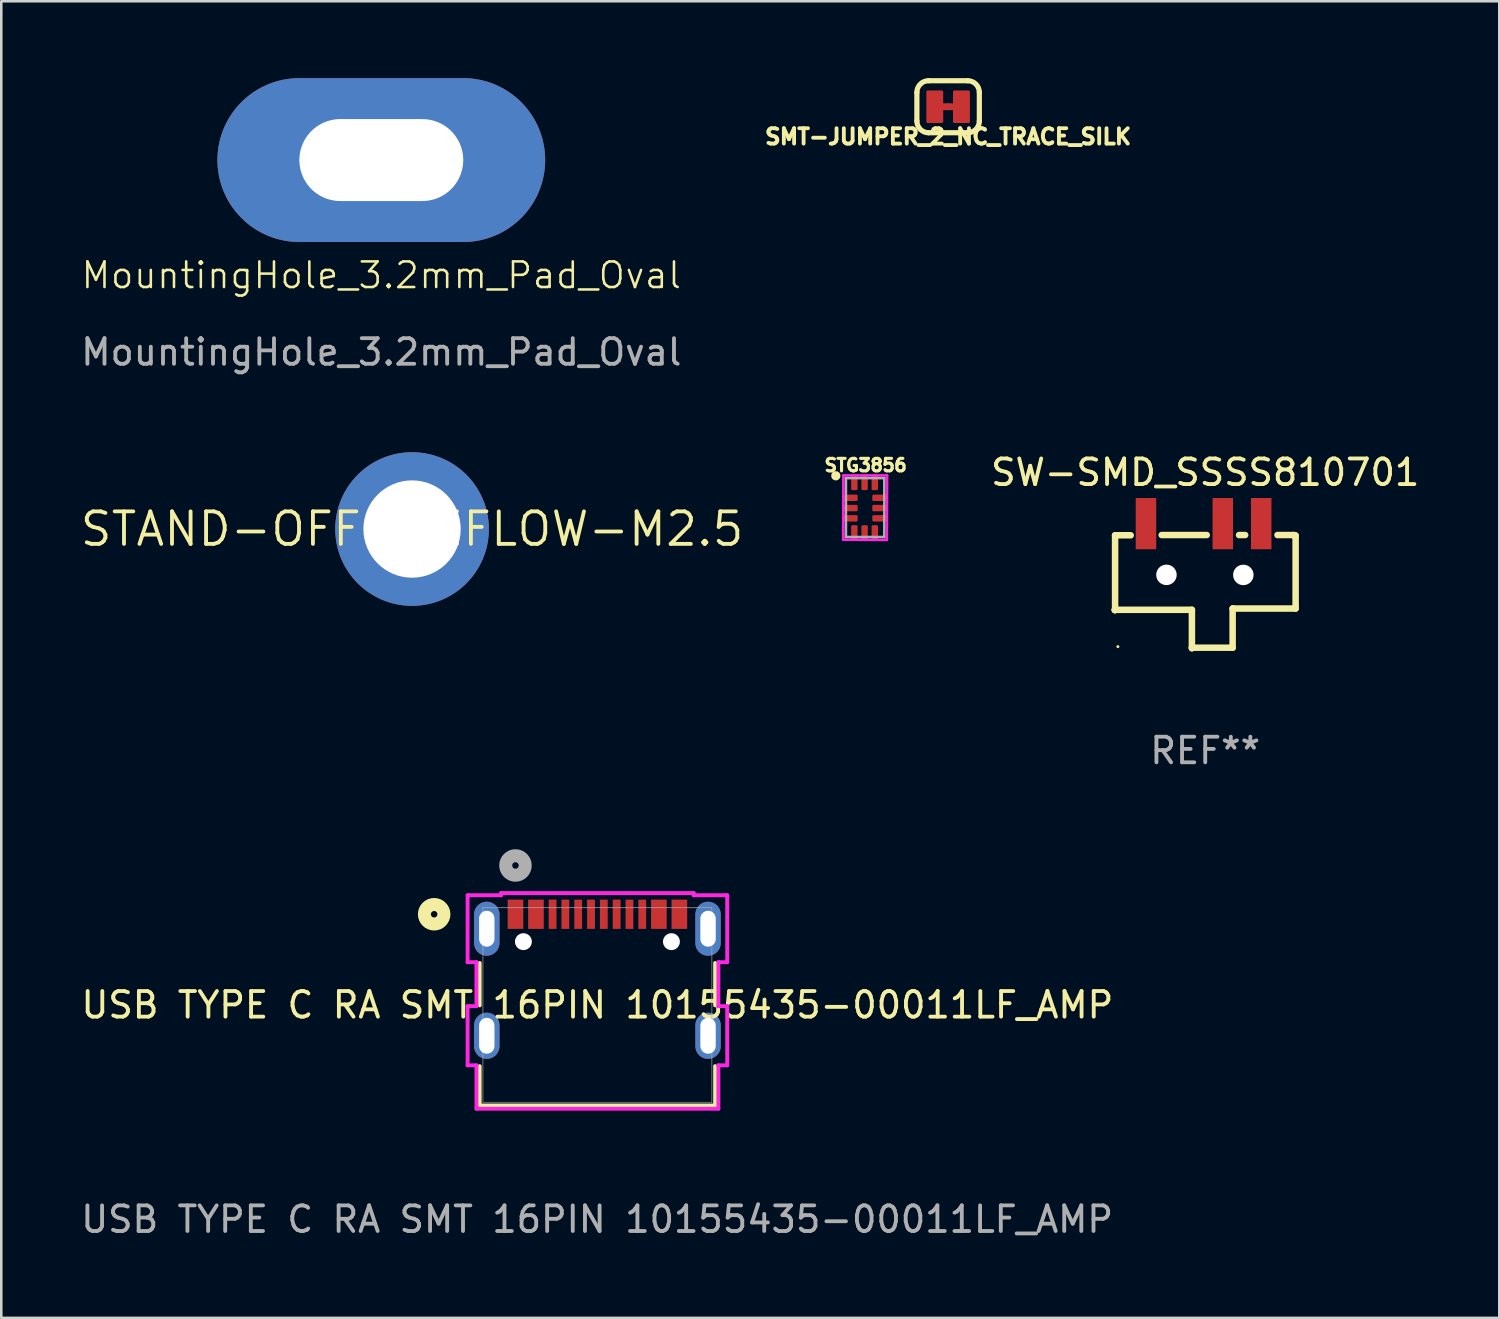
<source format=kicad_pcb>
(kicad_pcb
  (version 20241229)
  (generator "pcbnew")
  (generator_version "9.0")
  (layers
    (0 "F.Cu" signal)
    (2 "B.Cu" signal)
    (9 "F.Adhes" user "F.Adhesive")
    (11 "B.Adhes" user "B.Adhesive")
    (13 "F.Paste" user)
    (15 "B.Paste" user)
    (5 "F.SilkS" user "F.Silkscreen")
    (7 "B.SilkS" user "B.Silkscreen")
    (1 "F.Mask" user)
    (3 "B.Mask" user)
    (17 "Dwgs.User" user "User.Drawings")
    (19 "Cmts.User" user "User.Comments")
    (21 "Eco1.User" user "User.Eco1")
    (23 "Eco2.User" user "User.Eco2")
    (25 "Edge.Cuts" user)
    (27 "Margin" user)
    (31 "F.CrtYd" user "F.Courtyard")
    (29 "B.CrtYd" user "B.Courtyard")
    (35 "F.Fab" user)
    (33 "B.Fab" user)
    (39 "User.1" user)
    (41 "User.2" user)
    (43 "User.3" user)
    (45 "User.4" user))
  (footprint "STG3856"
    (layer "F.Cu")
    (at 30.731 16.799)
    (property "Reference" "STG3856" (at -1.651 -1.397 0) (layer "F.SilkS") (effects (font (size 0.488 0.488) (thickness 0.122)) (justify left bottom)))
    (fp_poly (pts (xy -0.77 -0.27) (xy -0.29 -0.27) (xy -0.29 -0.55) (xy -0.77 -0.55)) (stroke (width 0) (type default)) (fill yes) (layer "F.Mask"))
    (fp_poly (pts (xy -0.77 0.13) (xy -0.29 0.13) (xy -0.29 -0.15) (xy -0.77 -0.15)) (stroke (width 0) (type default)) (fill yes) (layer "F.Mask"))
    (fp_poly (pts (xy -0.77 0.53) (xy -0.29 0.53) (xy -0.29 0.25) (xy -0.77 0.25)) (stroke (width 0) (type default)) (fill yes) (layer "F.Mask"))
    (fp_poly (pts (xy -0.56 -1.19) (xy -0.56 -0.71) (xy -0.28 -0.71) (xy -0.28 -1.19)) (stroke (width 0) (type default)) (fill yes) (layer "F.Mask"))
    (fp_poly (pts (xy -0.28 1.14) (xy -0.28 0.66) (xy -0.56 0.66) (xy -0.56 1.14)) (stroke (width 0) (type default)) (fill yes) (layer "F.Mask"))
    (fp_poly (pts (xy -0.16 -1.19) (xy -0.16 -0.71) (xy 0.12 -0.71) (xy 0.12 -1.19)) (stroke (width 0) (type default)) (fill yes) (layer "F.Mask"))
    (fp_poly (pts (xy 0.12 1.14) (xy 0.12 0.66) (xy -0.16 0.66) (xy -0.16 1.14)) (stroke (width 0) (type default)) (fill yes) (layer "F.Mask"))
    (fp_poly (pts (xy 0.24 -1.19) (xy 0.24 -0.71) (xy 0.52 -0.71) (xy 0.52 -1.19)) (stroke (width 0) (type default)) (fill yes) (layer "F.Mask"))
    (fp_poly (pts (xy 0.52 1.14) (xy 0.52 0.66) (xy 0.24 0.66) (xy 0.24 1.14)) (stroke (width 0) (type default)) (fill yes) (layer "F.Mask"))
    (fp_poly (pts (xy 0.76 -0.55) (xy 0.28 -0.55) (xy 0.28 -0.27) (xy 0.76 -0.27)) (stroke (width 0) (type default)) (fill yes) (layer "F.Mask"))
    (fp_poly (pts (xy 0.76 -0.15) (xy 0.28 -0.15) (xy 0.28 0.13) (xy 0.76 0.13)) (stroke (width 0) (type default)) (fill yes) (layer "F.Mask"))
    (fp_poly (pts (xy 0.76 0.25) (xy 0.28 0.25) (xy 0.28 0.53) (xy 0.76 0.53)) (stroke (width 0) (type default)) (fill yes) (layer "F.Mask"))
    (fp_circle (center -1.143 -1.27) (end -1.053 -1.27) (stroke (width 0.18) (type solid)) (fill yes) (layer "F.SilkS"))
    (fp_poly (pts (xy -0.73 -0.31) (xy -0.33 -0.31) (xy -0.33 -0.51) (xy -0.73 -0.51)) (stroke (width 0) (type default)) (fill yes) (layer "F.Paste"))
    (fp_poly (pts (xy -0.73 0.09) (xy -0.33 0.09) (xy -0.33 -0.11) (xy -0.73 -0.11)) (stroke (width 0) (type default)) (fill yes) (layer "F.Paste"))
    (fp_poly (pts (xy -0.73 0.49) (xy -0.33 0.49) (xy -0.33 0.29) (xy -0.73 0.29)) (stroke (width 0) (type default)) (fill yes) (layer "F.Paste"))
    (fp_poly (pts (xy -0.32 -0.75) (xy -0.32 -1.15) (xy -0.52 -1.15) (xy -0.52 -0.75)) (stroke (width 0) (type default)) (fill yes) (layer "F.Paste"))
    (fp_poly (pts (xy -0.32 1.1) (xy -0.32 0.7) (xy -0.52 0.7) (xy -0.52 1.1)) (stroke (width 0) (type default)) (fill yes) (layer "F.Paste"))
    (fp_poly (pts (xy 0.08 -0.75) (xy 0.08 -1.15) (xy -0.12 -1.15) (xy -0.12 -0.75)) (stroke (width 0) (type default)) (fill yes) (layer "F.Paste"))
    (fp_poly (pts (xy 0.08 1.1) (xy 0.08 0.7) (xy -0.12 0.7) (xy -0.12 1.1)) (stroke (width 0) (type default)) (fill yes) (layer "F.Paste"))
    (fp_poly (pts (xy 0.31 -0.31) (xy 0.71 -0.31) (xy 0.71 -0.51) (xy 0.31 -0.51)) (stroke (width 0) (type default)) (fill yes) (layer "F.Paste"))
    (fp_poly (pts (xy 0.31 0.09) (xy 0.71 0.09) (xy 0.71 -0.11) (xy 0.31 -0.11)) (stroke (width 0) (type default)) (fill yes) (layer "F.Paste"))
    (fp_poly (pts (xy 0.31 0.49) (xy 0.71 0.49) (xy 0.71 0.29) (xy 0.31 0.29)) (stroke (width 0) (type default)) (fill yes) (layer "F.Paste"))
    (fp_poly (pts (xy 0.48 -0.75) (xy 0.48 -1.15) (xy 0.28 -1.15) (xy 0.28 -0.75)) (stroke (width 0) (type default)) (fill yes) (layer "F.Paste"))
    (fp_poly (pts (xy 0.48 1.09) (xy 0.48 0.69) (xy 0.28 0.69) (xy 0.28 1.09)) (stroke (width 0) (type default)) (fill yes) (layer "F.Paste"))
    (fp_line (start -0.858 1.224) (end 0.848 1.234) (stroke (width 0.102) (type solid)) (layer "F.CrtYd"))
    (fp_line (start -0.848 -1.285) (end -0.858 1.224) (stroke (width 0.102) (type solid)) (layer "F.CrtYd"))
    (fp_line (start 0.848 1.234) (end 0.858 -1.285) (stroke (width 0.102) (type solid)) (layer "F.CrtYd"))
    (fp_line (start 0.858 -1.285) (end -0.848 -1.285) (stroke (width 0.102) (type solid)) (layer "F.CrtYd"))
    (fp_line (start -0.75 -1.18) (end 0.75 -1.18) (stroke (width 0.1) (type solid)) (layer "F.Fab"))
    (fp_line (start -0.75 1.12) (end -0.75 -1.18) (stroke (width 0.102) (type solid)) (layer "F.Fab"))
    (fp_line (start 0.75 -1.18) (end 0.75 1.12) (stroke (width 0.1) (type solid)) (layer "F.Fab"))
    (fp_line (start 0.75 1.12) (end -0.75 1.12) (stroke (width 0.1) (type solid)) (layer "F.Fab"))
    (pad "P1" smd roundrect (at -0.59 -0.41) (size 0.6 0.25) (layers "F.Cu") (roundrect_rratio 0.203))
    (pad "P2" smd roundrect (at -0.59 -0.01) (size 0.6 0.25) (layers "F.Cu") (roundrect_rratio 0.203))
    (pad "P3" smd roundrect (at -0.59 0.39) (size 0.6 0.25) (layers "F.Cu") (roundrect_rratio 0.203))
    (pad "P4" smd roundrect (at -0.42 0.96) (size 0.25 0.6) (layers "F.Cu") (roundrect_rratio 0.203))
    (pad "P5" smd roundrect (at -0.02 0.96) (size 0.25 0.6) (layers "F.Cu") (roundrect_rratio 0.203))
    (pad "P6" smd roundrect (at 0.38 0.96) (size 0.25 0.6) (layers "F.Cu") (roundrect_rratio 0.203))
    (pad "P7" smd roundrect (at 0.58 0.39) (size 0.6 0.25) (layers "F.Cu") (roundrect_rratio 0.203))
    (pad "P8" smd roundrect (at 0.58 -0.01) (size 0.6 0.25) (layers "F.Cu") (roundrect_rratio 0.203))
    (pad "P9" smd roundrect (at 0.58 -0.41) (size 0.6 0.25) (layers "F.Cu") (roundrect_rratio 0.203))
    (pad "P10" smd roundrect (at 0.38 -1.01) (size 0.25 0.6) (layers "F.Cu") (roundrect_rratio 0.203))
    (pad "P11" smd roundrect (at -0.02 -1.01) (size 0.25 0.6) (layers "F.Cu") (roundrect_rratio 0.203))
    (pad "P12" smd roundrect (at -0.42 -1.01) (size 0.25 0.6) (layers "F.Cu") (roundrect_rratio 0.203)))
  (footprint "MountingHole_3.2mm_Pad_Oval"
    (layer "F.Cu")
    (at 11.839 8.2)
    (property "Reference" "MountingHole_3.2mm_Pad_Oval" (at 0 -0.5 0) (unlocked yes) (layer "F.SilkS") (effects (font (size 1 1) (thickness 0.1))))
    (attr exclude_from_pos_files exclude_from_bom)
    (fp_text user "${REFERENCE}" (at 0 2.5 0) (unlocked yes) (layer "F.Fab") (effects (font (size 1 1) (thickness 0.15))))
    (pad "1" thru_hole oval (at 0 -5) (size 12.8 6.4) (drill oval 6.4 3.2) (layers "*.Cu" "*.Mask")))
  (footprint "USB TYPE C RA SMT 16PIN 10155435-00011LF_AMP"
    (layer "F.Cu")
    (at 20.278 36.193)
    (property "Reference" "USB TYPE C RA SMT 16PIN 10155435-00011LF_AMP" (at 0 0 0) (unlocked yes) (layer "F.SilkS") (effects (font (size 1 1) (thickness 0.15))))
    (attr smd)
    (fp_line (start -4.597 0.015) (end -4.597 -1.639) (stroke (width 0.152) (type solid)) (layer "F.SilkS"))
    (fp_line (start -4.597 3.924) (end -4.597 2.388) (stroke (width 0.152) (type solid)) (layer "F.SilkS"))
    (fp_line (start 4.597 -1.639) (end 4.597 0.015) (stroke (width 0.152) (type solid)) (layer "F.SilkS"))
    (fp_line (start 4.597 2.388) (end 4.597 3.924) (stroke (width 0.152) (type solid)) (layer "F.SilkS"))
    (fp_line (start 4.597 3.924) (end -4.597 3.924) (stroke (width 0.152) (type solid)) (layer "F.SilkS"))
    (fp_circle (center -6.375 -3.543) (end -5.994 -3.543) (stroke (width 0.508) (type solid)) (fill no) (layer "F.SilkS"))
    (fp_line (start -5.069 -4.286) (end -5.069 -1.67) (stroke (width 0.152) (type solid)) (layer "F.CrtYd"))
    (fp_line (start -5.069 -1.67) (end -4.724 -1.67) (stroke (width 0.152) (type solid)) (layer "F.CrtYd"))
    (fp_line (start -5.069 0.046) (end -5.069 2.357) (stroke (width 0.152) (type solid)) (layer "F.CrtYd"))
    (fp_line (start -5.069 2.357) (end -4.724 2.357) (stroke (width 0.152) (type solid)) (layer "F.CrtYd"))
    (fp_line (start -4.724 -1.67) (end -4.724 0.046) (stroke (width 0.152) (type solid)) (layer "F.CrtYd"))
    (fp_line (start -4.724 0.046) (end -5.069 0.046) (stroke (width 0.152) (type solid)) (layer "F.CrtYd"))
    (fp_line (start -4.724 2.357) (end -4.724 4.051) (stroke (width 0.152) (type solid)) (layer "F.CrtYd"))
    (fp_line (start -4.724 4.051) (end 4.724 4.051) (stroke (width 0.152) (type solid)) (layer "F.CrtYd"))
    (fp_line (start -3.759 -4.369) (end -3.759 -4.286) (stroke (width 0.152) (type solid)) (layer "F.CrtYd"))
    (fp_line (start -3.759 -4.286) (end -5.069 -4.286) (stroke (width 0.152) (type solid)) (layer "F.CrtYd"))
    (fp_line (start 3.759 -4.369) (end -3.759 -4.369) (stroke (width 0.152) (type solid)) (layer "F.CrtYd"))
    (fp_line (start 3.759 -4.286) (end 3.759 -4.369) (stroke (width 0.152) (type solid)) (layer "F.CrtYd"))
    (fp_line (start 4.724 -1.67) (end 5.069 -1.67) (stroke (width 0.152) (type solid)) (layer "F.CrtYd"))
    (fp_line (start 4.724 0.046) (end 4.724 -1.67) (stroke (width 0.152) (type solid)) (layer "F.CrtYd"))
    (fp_line (start 4.724 2.357) (end 5.069 2.357) (stroke (width 0.152) (type solid)) (layer "F.CrtYd"))
    (fp_line (start 4.724 4.051) (end 4.724 2.357) (stroke (width 0.152) (type solid)) (layer "F.CrtYd"))
    (fp_line (start 5.069 -4.286) (end 3.759 -4.286) (stroke (width 0.152) (type solid)) (layer "F.CrtYd"))
    (fp_line (start 5.069 -1.67) (end 5.069 -4.286) (stroke (width 0.152) (type solid)) (layer "F.CrtYd"))
    (fp_line (start 5.069 0.046) (end 4.724 0.046) (stroke (width 0.152) (type solid)) (layer "F.CrtYd"))
    (fp_line (start 5.069 2.357) (end 5.069 0.046) (stroke (width 0.152) (type solid)) (layer "F.CrtYd"))
    (fp_line (start -4.47 -3.797) (end -4.47 3.797) (stroke (width 0.025) (type solid)) (layer "F.Fab"))
    (fp_line (start -4.47 3.797) (end 4.47 3.797) (stroke (width 0.025) (type solid)) (layer "F.Fab"))
    (fp_line (start 4.47 -3.797) (end -4.47 -3.797) (stroke (width 0.025) (type solid)) (layer "F.Fab"))
    (fp_line (start 4.47 3.797) (end 4.47 -3.797) (stroke (width 0.025) (type solid)) (layer "F.Fab"))
    (fp_circle (center -3.2 -5.448) (end -2.819 -5.448) (stroke (width 0.508) (type solid)) (fill no) (layer "F.Fab"))
    (fp_text user "${REFERENCE}" (at -0.01 8.37 0) (unlocked yes) (layer "F.Fab") (effects (font (size 1 1) (thickness 0.15))))
    (pad "" np_thru_hole circle (at -2.89 -2.473) (size 0.66 0.66) (drill 0.66) (layers "*.Cu" "*.Mask"))
    (pad "" np_thru_hole circle (at 2.89 -2.473) (size 0.66 0.66) (drill 0.66) (layers "*.Cu" "*.Mask"))
    (pad "A5" smd rect (at -1.251 -3.543) (size 0.305 1.143) (layers "F.Cu" "F.Mask" "F.Paste"))
    (pad "A6" smd rect (at -0.25 -3.543) (size 0.305 1.143) (layers "F.Cu" "F.Mask" "F.Paste"))
    (pad "A7" smd rect (at 0.25 -3.543) (size 0.305 1.143) (layers "F.Cu" "F.Mask" "F.Paste"))
    (pad "A8" smd rect (at 1.251 -3.543) (size 0.305 1.143) (layers "F.Cu" "F.Mask" "F.Paste"))
    (pad "B5" smd rect (at 1.751 -3.543) (size 0.305 1.143) (layers "F.Cu" "F.Mask" "F.Paste"))
    (pad "B6" smd rect (at 0.751 -3.543) (size 0.305 1.143) (layers "F.Cu" "F.Mask" "F.Paste"))
    (pad "B7" smd rect (at -0.751 -3.543) (size 0.305 1.143) (layers "F.Cu" "F.Mask" "F.Paste"))
    (pad "B8" smd rect (at -1.751 -3.543) (size 0.305 1.143) (layers "F.Cu" "F.Mask" "F.Paste"))
    (pad "GND" smd rect (at -3.2 -3.543 90) (size 1.143 0.61) (layers "F.Cu" "F.Mask" "F.Paste"))
    (pad "GND2" smd rect (at 3.2 -3.543 90) (size 1.143 0.61) (layers "F.Cu" "F.Mask" "F.Paste"))
    (pad "SHLD" thru_hole oval (at -4.32 -2.978) (size 0.991 2.108) (drill oval 0.6 1.4) (layers "*.Cu" "*.Mask"))
    (pad "SHLD" thru_hole oval (at -4.32 1.202) (size 0.991 1.803) (drill oval 0.6 1.4) (layers "*.Cu" "*.Mask"))
    (pad "SHLD" thru_hole oval (at 4.32 -2.978) (size 0.991 2.108) (drill oval 0.6 1.4) (layers "*.Cu" "*.Mask"))
    (pad "SHLD" thru_hole oval (at 4.32 1.202) (size 0.991 1.803) (drill oval 0.6 1.4) (layers "*.Cu" "*.Mask"))
    (pad "VBUS1" smd rect (at -2.4 -3.543 90) (size 1.143 0.61) (layers "F.Cu" "F.Mask" "F.Paste"))
    (pad "VBUS2" smd rect (at 2.4 -3.543 90) (size 1.143 0.61) (layers "F.Cu" "F.Mask" "F.Paste")))
  (footprint "STAND-OFF-REFLOW-M2.5"
    (layer "F.Cu")
    (at 13.04 17.608)
    (property "Reference" "STAND-OFF-REFLOW-M2.5" (at 0 0 0) (layer "F.SilkS") (effects (font (size 1.27 1.27) (thickness 0.15))))
    (attr exclude_from_bom)
    (fp_poly (pts (xy -1.713 0.865) (xy -1.596 1.079) (xy -1.45 1.276) (xy -1.276 1.45) (xy -1.079 1.596) (xy -0.863 1.714) (xy -0.633 1.799) (xy 0.073 1.95) (xy -0.35 1.95) (xy -0.35 3.06) (xy -0.737 2.992) (xy -1.059 2.898) (xy -1.369 2.768) (xy -1.662 2.605) (xy -1.936 2.41) (xy -2.186 2.186) (xy -2.41 1.936) (xy -2.605 1.662) (xy -2.768 1.369) (xy -2.898 1.059) (xy -2.992 0.737) (xy -3.049 0.409) (xy -3 0.4) (xy -3 0.35) (xy -1.862 0.35)) (stroke (width 0) (type default)) (fill yes) (layer "F.Paste"))
    (fp_poly (pts (xy -0.4 -3) (xy -0.35 -3) (xy -0.35 -1.862) (xy -0.865 -1.713) (xy -1.079 -1.596) (xy -1.276 -1.45) (xy -1.45 -1.276) (xy -1.596 -1.079) (xy -1.714 -0.863) (xy -1.799 -0.633) (xy -1.95 0.073) (xy -1.95 -0.35) (xy -3.06 -0.35) (xy -2.992 -0.737) (xy -2.898 -1.059) (xy -2.768 -1.369) (xy -2.605 -1.662) (xy -2.41 -1.936) (xy -2.186 -2.186) (xy -1.936 -2.41) (xy -1.662 -2.605) (xy -1.369 -2.768) (xy -1.059 -2.898) (xy -0.737 -2.992) (xy -0.409 -3.049)) (stroke (width 0) (type default)) (fill yes) (layer "F.Paste"))
    (fp_poly (pts (xy 0.737 -2.992) (xy 1.059 -2.898) (xy 1.369 -2.768) (xy 1.662 -2.605) (xy 1.936 -2.41) (xy 2.186 -2.186) (xy 2.41 -1.936) (xy 2.605 -1.662) (xy 2.768 -1.369) (xy 2.898 -1.059) (xy 2.992 -0.737) (xy 3.049 -0.409) (xy 3 -0.4) (xy 3 -0.35) (xy 1.86 -0.35) (xy 1.799 -0.633) (xy 1.714 -0.863) (xy 1.596 -1.079) (xy 1.45 -1.276) (xy 1.276 -1.45) (xy 1.079 -1.596) (xy 0.863 -1.714) (xy 0.633 -1.799) (xy -0.073 -1.95) (xy 0.35 -1.95) (xy 0.35 -3.06)) (stroke (width 0) (type default)) (fill yes) (layer "F.Paste"))
    (fp_poly (pts (xy 1.95 0.35) (xy 3.06 0.35) (xy 2.992 0.737) (xy 2.898 1.059) (xy 2.768 1.369) (xy 2.605 1.662) (xy 2.41 1.936) (xy 2.186 2.186) (xy 1.936 2.41) (xy 1.662 2.605) (xy 1.369 2.768) (xy 1.059 2.898) (xy 0.737 2.992) (xy 0.409 3.049) (xy 0.4 3) (xy 0.35 3) (xy 0.35 1.86) (xy 0.633 1.799) (xy 0.863 1.714) (xy 1.079 1.596) (xy 1.276 1.45) (xy 1.45 1.276) (xy 1.596 1.079) (xy 1.714 0.863) (xy 1.799 0.633) (xy 1.95 -0.073)) (stroke (width 0) (type default)) (fill yes) (layer "F.Paste"))
    (pad "1" thru_hole circle (at 0 0) (size 6 6) (drill 3.8) (layers "*.Cu" "*.Mask")))
  (footprint "SW-SMD_SSSS810701"
    (layer "F.Cu")
    (at 43.948 17.397)
    (property "Reference" "SW-SMD_SSSS810701" (at 0.064 -2 0) (layer "F.SilkS") (effects (font (size 1 1) (thickness 0.15))))
    (attr smd)
    (fp_line (start -3.466 3.365) (end -3.466 3.375) (stroke (width 0.254) (type solid)) (layer "F.SilkS"))
    (fp_line (start -3.466 3.375) (end -3.456 3.375) (stroke (width 0.254) (type solid)) (layer "F.SilkS"))
    (fp_line (start -3.456 0.455) (end -2.846 0.455) (stroke (width 0.254) (type solid)) (layer "F.SilkS"))
    (fp_line (start -3.456 3.375) (end -3.456 0.455) (stroke (width 0.254) (type solid)) (layer "F.SilkS"))
    (fp_line (start -1.636 0.445) (end 0.123 0.445) (stroke (width 0.254) (type solid)) (layer "F.SilkS"))
    (fp_line (start -0.456 3.365) (end -3.466 3.365) (stroke (width 0.254) (type solid)) (layer "F.SilkS"))
    (fp_line (start -0.456 4.845) (end -0.456 4.865) (stroke (width 0.254) (type solid)) (layer "F.SilkS"))
    (fp_line (start -0.456 4.865) (end -0.456 3.365) (stroke (width 0.254) (type solid)) (layer "F.SilkS"))
    (fp_line (start 1.134 3.315) (end 1.134 4.845) (stroke (width 0.254) (type solid)) (layer "F.SilkS"))
    (fp_line (start 1.134 4.845) (end -0.456 4.845) (stroke (width 0.254) (type solid)) (layer "F.SilkS"))
    (fp_line (start 1.154 3.315) (end 1.134 3.315) (stroke (width 0.254) (type solid)) (layer "F.SilkS"))
    (fp_line (start 1.385 0.445) (end 1.623 0.445) (stroke (width 0.254) (type solid)) (layer "F.SilkS"))
    (fp_line (start 2.885 0.445) (end 3.524 0.445) (stroke (width 0.254) (type solid)) (layer "F.SilkS"))
    (fp_line (start 3.524 0.445) (end 3.524 0.465) (stroke (width 0.254) (type solid)) (layer "F.SilkS"))
    (fp_line (start 3.524 0.465) (end 3.594 0.465) (stroke (width 0.254) (type solid)) (layer "F.SilkS"))
    (fp_line (start 3.594 0.465) (end 3.594 3.315) (stroke (width 0.254) (type solid)) (layer "F.SilkS"))
    (fp_line (start 3.594 3.315) (end 1.154 3.315) (stroke (width 0.254) (type solid)) (layer "F.SilkS"))
    (fp_circle (center -3.346 4.803) (end -3.316 4.803) (stroke (width 0.06) (type solid)) (fill no) (layer "F.SilkS"))
    (fp_text user "REF**" (at 0.064 8.865 0) (layer "F.Fab") (effects (font (size 1 1) (thickness 0.15))))
    (pad "" np_thru_hole circle (at -1.45 2) (size 0.8 0.8) (drill 0.8) (layers "*.Cu" "*.Mask"))
    (pad "" np_thru_hole circle (at 1.552 2.003) (size 0.8 0.8) (drill 0.8) (layers "*.Cu" "*.Mask"))
    (pad "1" smd rect (at -2.25 0) (size 0.8 2) (layers "F.Cu" "F.Mask" "F.Paste"))
    (pad "2" smd rect (at 0.75 0) (size 0.8 2) (layers "F.Cu" "F.Mask" "F.Paste"))
    (pad "3" smd rect (at 2.25 0) (size 0.8 2) (layers "F.Cu" "F.Mask" "F.Paste")))
  (footprint "SMT-JUMPER_2_NC_TRACE_SILK"
    (layer "F.Cu")
    (at 33.972 1.118)
    (property "Reference" "SMT-JUMPER_2_NC_TRACE_SILK" (at 0 1.52 0) (layer "F.SilkS") (effects (font (size 0.6 0.6) (thickness 0.15) (bold yes)) (justify bottom)))
    (fp_poly (pts (xy 0.032 0.133) (xy -0.205 0.133) (xy -0.205 -0.133) (xy 0.032 -0.133)) (stroke (width 0) (type default)) (fill yes) (layer "F.Cu"))
    (fp_poly (pts (xy 0.205 0.133) (xy -0.032 0.133) (xy -0.032 -0.133) (xy 0.205 -0.133)) (stroke (width 0) (type default)) (fill yes) (layer "F.Cu"))
    (fp_poly (pts (xy 0.254 0.191) (xy -0.254 0.191) (xy -0.254 -0.191) (xy 0.254 -0.191)) (stroke (width 0) (type default)) (fill yes) (layer "F.Mask"))
    (fp_line (start -1.219 0.559) (end -1.219 -0.559) (stroke (width 0.203) (type solid)) (layer "F.SilkS"))
    (fp_line (start -0.762 -1.016) (end 0.762 -1.016) (stroke (width 0.203) (type solid)) (layer "F.SilkS"))
    (fp_line (start 0.762 1.016) (end -0.762 1.016) (stroke (width 0.203) (type solid)) (layer "F.SilkS"))
    (fp_line (start 1.219 0.559) (end 1.219 -0.559) (stroke (width 0.203) (type solid)) (layer "F.SilkS"))
    (fp_arc (start -1.2192 -0.5588) (mid -1.085289 -0.882089) (end -0.762 -1.016) (stroke (width 0.2032) (type solid)) (layer "F.SilkS"))
    (fp_arc (start -0.762 1.016) (mid -1.085289 0.882089) (end -1.2192 0.5588) (stroke (width 0.2032) (type solid)) (layer "F.SilkS"))
    (fp_arc (start 0.762 -1.016) (mid 1.085289 -0.882089) (end 1.2192 -0.5588) (stroke (width 0.2032) (type solid)) (layer "F.SilkS"))
    (fp_arc (start 1.2192 0.5588) (mid 1.085289 0.882089) (end 0.762 1.016) (stroke (width 0.2032) (type solid)) (layer "F.SilkS"))
    (pad "1" smd roundrect (at -0.521 0) (size 0.66 1.27) (layers "F.Cu" "F.Mask") (roundrect_rratio 0.077))
    (pad "2" smd roundrect (at 0.521 0) (size 0.66 1.27) (layers "F.Cu" "F.Mask") (roundrect_rratio 0.077)))
  (gr_rect
    (start -3 -3)
    (end 55.494 48.411)
    (stroke (width 0.1) (type default))
    (fill no)
    (layer "Edge.Cuts")))
</source>
